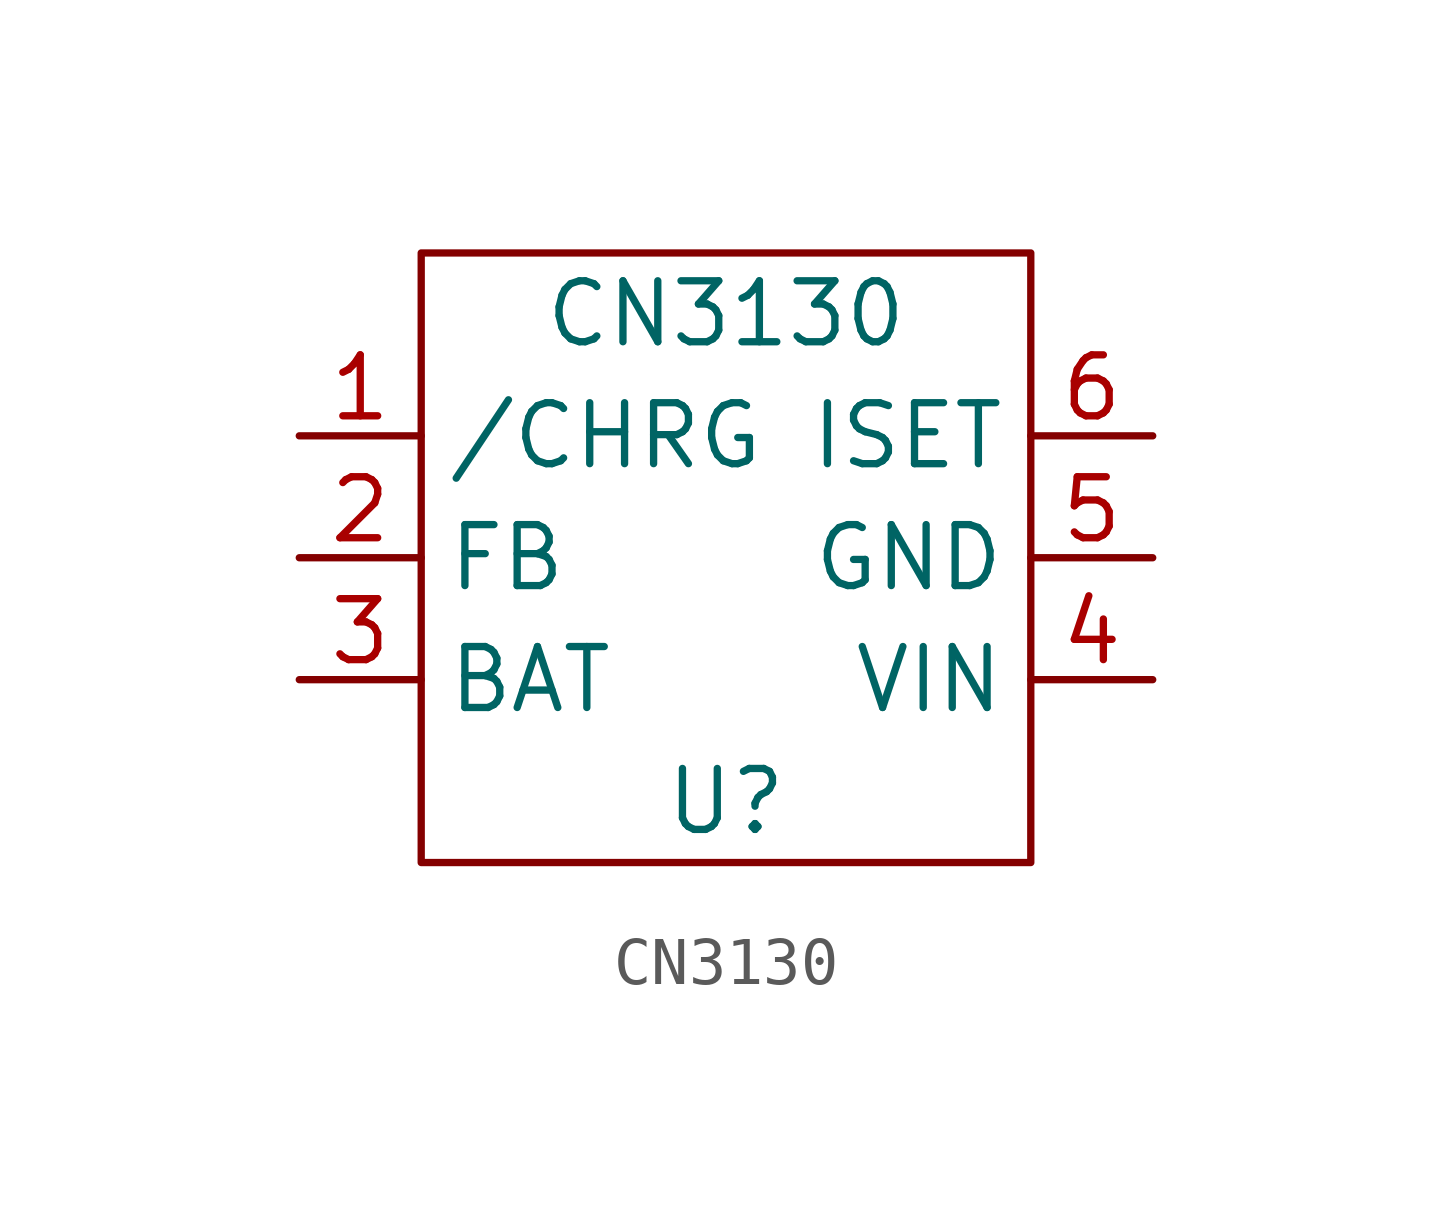
<source format=kicad_sym>
(kicad_symbol_lib
  (version 20211014)
  (generator kicad_symbol_editor)
  (symbol "CN3130"
    (property "Reference" "U"
      (at 0 -5.08 0)
      (effects (font (size 1.27 1.27))))
    (property "Value" "CN3130"
      (at 0 5.08 0)
      (effects (font (size 1.27 1.27))))
    (symbol "CN3130_0_1"
      (rectangle (start -6.35 6.35) (end 6.35 -6.35) (stroke (width 0) (type default) (color 0 0 0 0)) (fill (type none))))
    (symbol "CN3130_1_1"
      (pin input line (at -8.89 2.54 0) (length 2.54) (name "/CHRG" (effects (font (size 1.27 1.27)))) (number "1" (effects (font (size 1.27 1.27)))))
      (pin input line (at -8.89 0 0) (length 2.54) (name "FB" (effects (font (size 1.27 1.27)))) (number "2" (effects (font (size 1.27 1.27)))))
      (pin input line (at -8.89 -2.54 0) (length 2.54) (name "BAT" (effects (font (size 1.27 1.27)))) (number "3" (effects (font (size 1.27 1.27)))))
      (pin input line (at 8.89 -2.54 180) (length 2.54) (name "VIN" (effects (font (size 1.27 1.27)))) (number "4" (effects (font (size 1.27 1.27)))))
      (pin input line (at 8.89 0 180) (length 2.54) (name "GND" (effects (font (size 1.27 1.27)))) (number "5" (effects (font (size 1.27 1.27)))))
      (pin input line (at 8.89 2.54 180) (length 2.54) (name "ISET" (effects (font (size 1.27 1.27)))) (number "6" (effects (font (size 1.27 1.27))))))))
</source>
